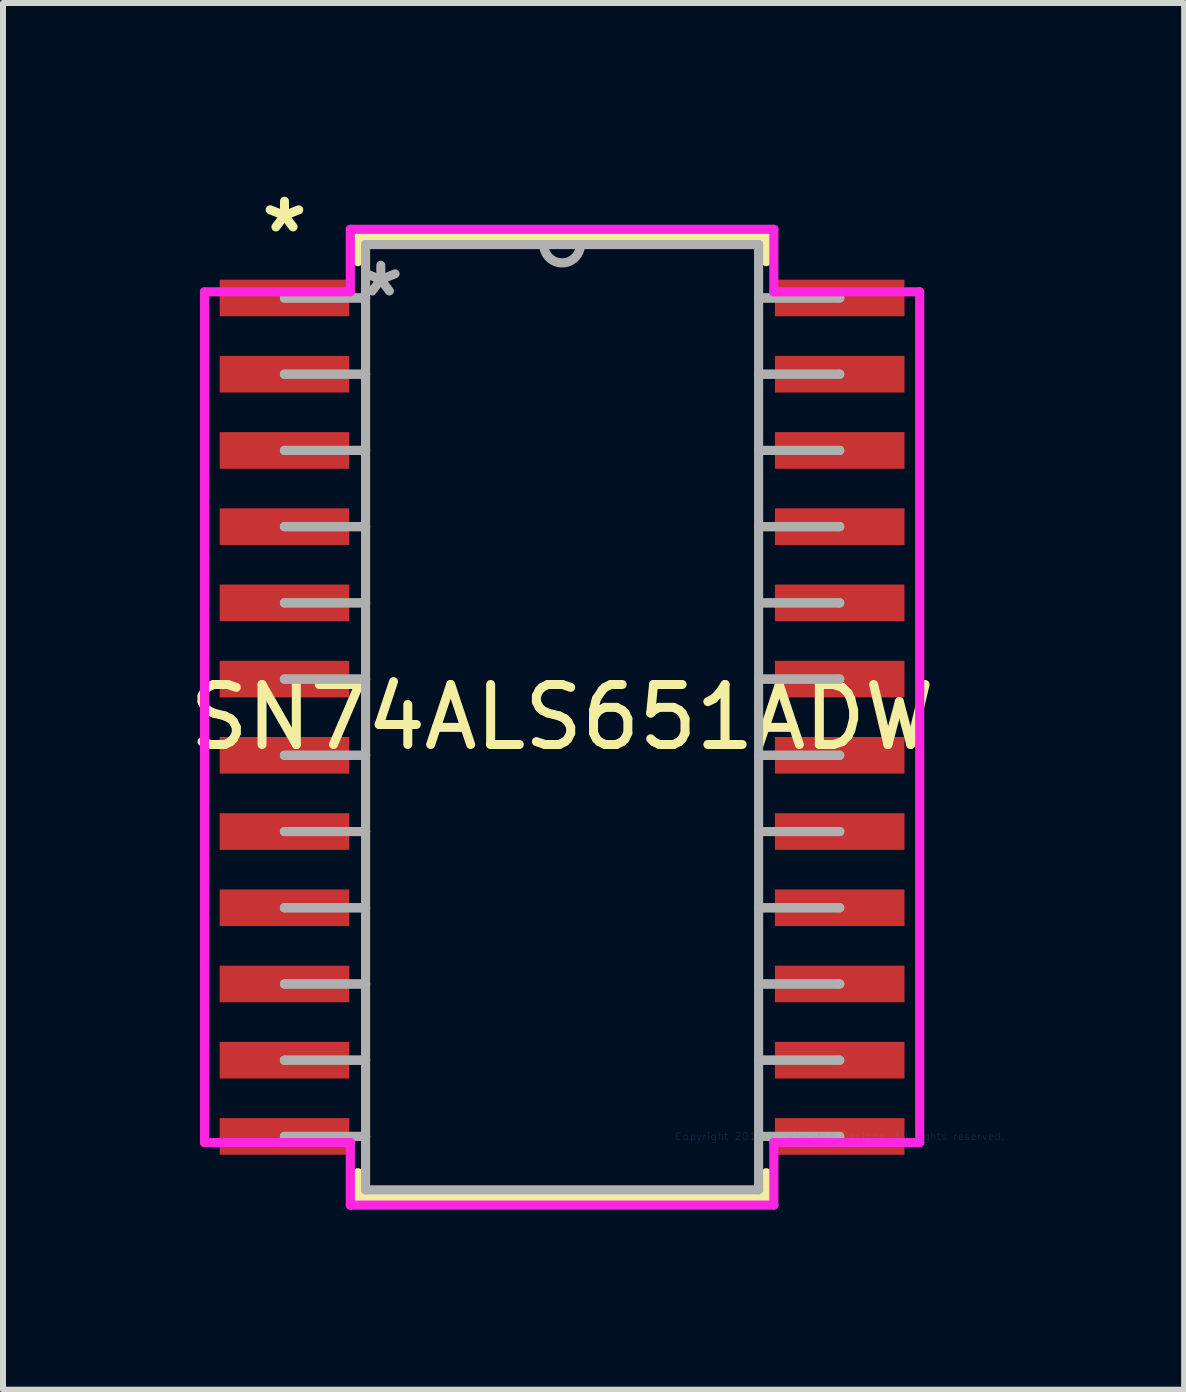
<source format=kicad_pcb>
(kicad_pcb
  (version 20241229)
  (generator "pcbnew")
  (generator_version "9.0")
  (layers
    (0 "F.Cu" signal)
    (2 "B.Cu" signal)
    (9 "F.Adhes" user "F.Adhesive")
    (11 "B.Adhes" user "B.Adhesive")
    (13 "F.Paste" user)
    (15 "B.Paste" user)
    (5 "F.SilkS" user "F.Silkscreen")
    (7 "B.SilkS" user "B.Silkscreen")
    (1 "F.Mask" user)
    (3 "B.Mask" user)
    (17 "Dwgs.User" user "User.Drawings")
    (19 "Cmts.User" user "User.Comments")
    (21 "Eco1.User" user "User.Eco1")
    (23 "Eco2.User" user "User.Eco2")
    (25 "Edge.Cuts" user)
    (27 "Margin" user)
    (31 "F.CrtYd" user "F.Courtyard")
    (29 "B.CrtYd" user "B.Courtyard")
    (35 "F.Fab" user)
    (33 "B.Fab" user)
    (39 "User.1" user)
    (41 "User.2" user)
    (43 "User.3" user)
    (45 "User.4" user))
  (footprint "SN74ALS651ADW"
    (layer "F.Cu")
    (at 10.941 15.885)
    (property "Reference" "SN74ALS651ADW" (at -4.625 -6.985 0) (layer "F.SilkS") (effects (font (size 1 1) (thickness 0.15))))
    (attr through_hole)
    (fp_line (start -8.027 -14.987) (end -8.027 -14.575) (stroke (width 0.152) (type solid)) (layer "F.SilkS"))
    (fp_line (start -8.027 0.605) (end -8.027 1.017) (stroke (width 0.152) (type solid)) (layer "F.SilkS"))
    (fp_line (start -8.027 1.017) (end -1.224 1.017) (stroke (width 0.152) (type solid)) (layer "F.SilkS"))
    (fp_line (start -1.224 -14.987) (end -8.027 -14.987) (stroke (width 0.152) (type solid)) (layer "F.SilkS"))
    (fp_line (start -1.224 -14.575) (end -1.224 -14.987) (stroke (width 0.152) (type solid)) (layer "F.SilkS"))
    (fp_line (start -1.224 1.017) (end -1.224 0.605) (stroke (width 0.152) (type solid)) (layer "F.SilkS"))
    (fp_line (start -10.584 -14.072) (end -10.584 0.102) (stroke (width 0.152) (type solid)) (layer "F.CrtYd"))
    (fp_line (start -10.584 0.102) (end -8.154 0.102) (stroke (width 0.152) (type solid)) (layer "F.CrtYd"))
    (fp_line (start -8.154 -15.114) (end -8.154 -14.072) (stroke (width 0.152) (type solid)) (layer "F.CrtYd"))
    (fp_line (start -8.154 -14.072) (end -10.584 -14.072) (stroke (width 0.152) (type solid)) (layer "F.CrtYd"))
    (fp_line (start -8.154 0.102) (end -8.154 1.144) (stroke (width 0.152) (type solid)) (layer "F.CrtYd"))
    (fp_line (start -8.154 1.144) (end -1.097 1.144) (stroke (width 0.152) (type solid)) (layer "F.CrtYd"))
    (fp_line (start -1.097 -15.114) (end -8.154 -15.114) (stroke (width 0.152) (type solid)) (layer "F.CrtYd"))
    (fp_line (start -1.097 -14.072) (end -1.097 -15.114) (stroke (width 0.152) (type solid)) (layer "F.CrtYd"))
    (fp_line (start -1.097 0.102) (end 1.333 0.102) (stroke (width 0.152) (type solid)) (layer "F.CrtYd"))
    (fp_line (start -1.097 1.144) (end -1.097 0.102) (stroke (width 0.152) (type solid)) (layer "F.CrtYd"))
    (fp_line (start 1.333 -14.072) (end -1.097 -14.072) (stroke (width 0.152) (type solid)) (layer "F.CrtYd"))
    (fp_line (start 1.333 0.102) (end 1.333 -14.072) (stroke (width 0.152) (type solid)) (layer "F.CrtYd"))
    (fp_line (start -9.251 -13.97) (end -9.251 -13.97) (stroke (width 0.152) (type solid)) (layer "F.Fab"))
    (fp_line (start -9.251 -13.97) (end -7.9 -13.97) (stroke (width 0.152) (type solid)) (layer "F.Fab"))
    (fp_line (start -9.251 -12.7) (end -9.251 -12.7) (stroke (width 0.152) (type solid)) (layer "F.Fab"))
    (fp_line (start -9.251 -12.7) (end -7.9 -12.7) (stroke (width 0.152) (type solid)) (layer "F.Fab"))
    (fp_line (start -9.251 -11.43) (end -9.251 -11.43) (stroke (width 0.152) (type solid)) (layer "F.Fab"))
    (fp_line (start -9.251 -11.43) (end -7.9 -11.43) (stroke (width 0.152) (type solid)) (layer "F.Fab"))
    (fp_line (start -9.251 -10.16) (end -9.251 -10.16) (stroke (width 0.152) (type solid)) (layer "F.Fab"))
    (fp_line (start -9.251 -10.16) (end -7.9 -10.16) (stroke (width 0.152) (type solid)) (layer "F.Fab"))
    (fp_line (start -9.251 -8.89) (end -9.251 -8.89) (stroke (width 0.152) (type solid)) (layer "F.Fab"))
    (fp_line (start -9.251 -8.89) (end -7.9 -8.89) (stroke (width 0.152) (type solid)) (layer "F.Fab"))
    (fp_line (start -9.251 -7.62) (end -9.251 -7.62) (stroke (width 0.152) (type solid)) (layer "F.Fab"))
    (fp_line (start -9.251 -7.62) (end -7.9 -7.62) (stroke (width 0.152) (type solid)) (layer "F.Fab"))
    (fp_line (start -9.251 -6.35) (end -9.251 -6.35) (stroke (width 0.152) (type solid)) (layer "F.Fab"))
    (fp_line (start -9.251 -6.35) (end -7.9 -6.35) (stroke (width 0.152) (type solid)) (layer "F.Fab"))
    (fp_line (start -9.251 -5.08) (end -9.251 -5.08) (stroke (width 0.152) (type solid)) (layer "F.Fab"))
    (fp_line (start -9.251 -5.08) (end -7.9 -5.08) (stroke (width 0.152) (type solid)) (layer "F.Fab"))
    (fp_line (start -9.251 -3.81) (end -9.251 -3.81) (stroke (width 0.152) (type solid)) (layer "F.Fab"))
    (fp_line (start -9.251 -3.81) (end -7.9 -3.81) (stroke (width 0.152) (type solid)) (layer "F.Fab"))
    (fp_line (start -9.251 -2.54) (end -9.251 -2.54) (stroke (width 0.152) (type solid)) (layer "F.Fab"))
    (fp_line (start -9.251 -2.54) (end -7.9 -2.54) (stroke (width 0.152) (type solid)) (layer "F.Fab"))
    (fp_line (start -9.251 -1.27) (end -9.251 -1.27) (stroke (width 0.152) (type solid)) (layer "F.Fab"))
    (fp_line (start -9.251 -1.27) (end -7.9 -1.27) (stroke (width 0.152) (type solid)) (layer "F.Fab"))
    (fp_line (start -9.251 0) (end -9.251 0) (stroke (width 0.152) (type solid)) (layer "F.Fab"))
    (fp_line (start -9.251 0) (end -7.9 0) (stroke (width 0.152) (type solid)) (layer "F.Fab"))
    (fp_line (start -7.9 -14.86) (end -7.9 0.89) (stroke (width 0.152) (type solid)) (layer "F.Fab"))
    (fp_line (start -7.9 -13.97) (end -9.251 -13.97) (stroke (width 0.152) (type solid)) (layer "F.Fab"))
    (fp_line (start -7.9 -13.97) (end -7.9 -13.97) (stroke (width 0.152) (type solid)) (layer "F.Fab"))
    (fp_line (start -7.9 -12.7) (end -9.251 -12.7) (stroke (width 0.152) (type solid)) (layer "F.Fab"))
    (fp_line (start -7.9 -12.7) (end -7.9 -12.7) (stroke (width 0.152) (type solid)) (layer "F.Fab"))
    (fp_line (start -7.9 -11.43) (end -9.251 -11.43) (stroke (width 0.152) (type solid)) (layer "F.Fab"))
    (fp_line (start -7.9 -11.43) (end -7.9 -11.43) (stroke (width 0.152) (type solid)) (layer "F.Fab"))
    (fp_line (start -7.9 -10.16) (end -9.251 -10.16) (stroke (width 0.152) (type solid)) (layer "F.Fab"))
    (fp_line (start -7.9 -10.16) (end -7.9 -10.16) (stroke (width 0.152) (type solid)) (layer "F.Fab"))
    (fp_line (start -7.9 -8.89) (end -9.251 -8.89) (stroke (width 0.152) (type solid)) (layer "F.Fab"))
    (fp_line (start -7.9 -8.89) (end -7.9 -8.89) (stroke (width 0.152) (type solid)) (layer "F.Fab"))
    (fp_line (start -7.9 -7.62) (end -9.251 -7.62) (stroke (width 0.152) (type solid)) (layer "F.Fab"))
    (fp_line (start -7.9 -7.62) (end -7.9 -7.62) (stroke (width 0.152) (type solid)) (layer "F.Fab"))
    (fp_line (start -7.9 -6.35) (end -9.251 -6.35) (stroke (width 0.152) (type solid)) (layer "F.Fab"))
    (fp_line (start -7.9 -6.35) (end -7.9 -6.35) (stroke (width 0.152) (type solid)) (layer "F.Fab"))
    (fp_line (start -7.9 -5.08) (end -9.251 -5.08) (stroke (width 0.152) (type solid)) (layer "F.Fab"))
    (fp_line (start -7.9 -5.08) (end -7.9 -5.08) (stroke (width 0.152) (type solid)) (layer "F.Fab"))
    (fp_line (start -7.9 -3.81) (end -9.251 -3.81) (stroke (width 0.152) (type solid)) (layer "F.Fab"))
    (fp_line (start -7.9 -3.81) (end -7.9 -3.81) (stroke (width 0.152) (type solid)) (layer "F.Fab"))
    (fp_line (start -7.9 -2.54) (end -9.251 -2.54) (stroke (width 0.152) (type solid)) (layer "F.Fab"))
    (fp_line (start -7.9 -2.54) (end -7.9 -2.54) (stroke (width 0.152) (type solid)) (layer "F.Fab"))
    (fp_line (start -7.9 -1.27) (end -9.251 -1.27) (stroke (width 0.152) (type solid)) (layer "F.Fab"))
    (fp_line (start -7.9 -1.27) (end -7.9 -1.27) (stroke (width 0.152) (type solid)) (layer "F.Fab"))
    (fp_line (start -7.9 0) (end -9.251 0) (stroke (width 0.152) (type solid)) (layer "F.Fab"))
    (fp_line (start -7.9 0) (end -7.9 0) (stroke (width 0.152) (type solid)) (layer "F.Fab"))
    (fp_line (start -7.9 0.89) (end -1.351 0.89) (stroke (width 0.152) (type solid)) (layer "F.Fab"))
    (fp_line (start -1.351 -14.86) (end -7.9 -14.86) (stroke (width 0.152) (type solid)) (layer "F.Fab"))
    (fp_line (start -1.351 -13.97) (end -1.351 -13.97) (stroke (width 0.152) (type solid)) (layer "F.Fab"))
    (fp_line (start -1.351 -13.97) (end 0.000001 -13.97) (stroke (width 0.152) (type solid)) (layer "F.Fab"))
    (fp_line (start -1.351 -12.7) (end -1.351 -12.7) (stroke (width 0.152) (type solid)) (layer "F.Fab"))
    (fp_line (start -1.351 -12.7) (end 0.000001 -12.7) (stroke (width 0.152) (type solid)) (layer "F.Fab"))
    (fp_line (start -1.351 -11.43) (end -1.351 -11.43) (stroke (width 0.152) (type solid)) (layer "F.Fab"))
    (fp_line (start -1.351 -11.43) (end 0.000001 -11.43) (stroke (width 0.152) (type solid)) (layer "F.Fab"))
    (fp_line (start -1.351 -10.16) (end -1.351 -10.16) (stroke (width 0.152) (type solid)) (layer "F.Fab"))
    (fp_line (start -1.351 -10.16) (end 0.000001 -10.16) (stroke (width 0.152) (type solid)) (layer "F.Fab"))
    (fp_line (start -1.351 -8.89) (end -1.351 -8.89) (stroke (width 0.152) (type solid)) (layer "F.Fab"))
    (fp_line (start -1.351 -8.89) (end 0.000001 -8.89) (stroke (width 0.152) (type solid)) (layer "F.Fab"))
    (fp_line (start -1.351 -7.62) (end -1.351 -7.62) (stroke (width 0.152) (type solid)) (layer "F.Fab"))
    (fp_line (start -1.351 -7.62) (end 0.000001 -7.62) (stroke (width 0.152) (type solid)) (layer "F.Fab"))
    (fp_line (start -1.351 -6.35) (end -1.351 -6.35) (stroke (width 0.152) (type solid)) (layer "F.Fab"))
    (fp_line (start -1.351 -6.35) (end 0.000001 -6.35) (stroke (width 0.152) (type solid)) (layer "F.Fab"))
    (fp_line (start -1.351 -5.08) (end -1.351 -5.08) (stroke (width 0.152) (type solid)) (layer "F.Fab"))
    (fp_line (start -1.351 -5.08) (end 0.000001 -5.08) (stroke (width 0.152) (type solid)) (layer "F.Fab"))
    (fp_line (start -1.351 -3.81) (end -1.351 -3.81) (stroke (width 0.152) (type solid)) (layer "F.Fab"))
    (fp_line (start -1.351 -3.81) (end 0.000001 -3.81) (stroke (width 0.152) (type solid)) (layer "F.Fab"))
    (fp_line (start -1.351 -2.54) (end -1.351 -2.54) (stroke (width 0.152) (type solid)) (layer "F.Fab"))
    (fp_line (start -1.351 -2.54) (end 0.000001 -2.54) (stroke (width 0.152) (type solid)) (layer "F.Fab"))
    (fp_line (start -1.351 -1.27) (end -1.351 -1.27) (stroke (width 0.152) (type solid)) (layer "F.Fab"))
    (fp_line (start -1.351 -1.27) (end 0.000001 -1.27) (stroke (width 0.152) (type solid)) (layer "F.Fab"))
    (fp_line (start -1.351 0) (end -1.351 0) (stroke (width 0.152) (type solid)) (layer "F.Fab"))
    (fp_line (start -1.351 0) (end 0.000001 0) (stroke (width 0.152) (type solid)) (layer "F.Fab"))
    (fp_line (start -1.351 0.89) (end -1.351 -14.86) (stroke (width 0.152) (type solid)) (layer "F.Fab"))
    (fp_line (start 0.000001 -13.97) (end -1.351 -13.97) (stroke (width 0.152) (type solid)) (layer "F.Fab"))
    (fp_line (start 0.000001 -13.97) (end 0.000001 -13.97) (stroke (width 0.152) (type solid)) (layer "F.Fab"))
    (fp_line (start 0.000001 -12.7) (end -1.351 -12.7) (stroke (width 0.152) (type solid)) (layer "F.Fab"))
    (fp_line (start 0.000001 -12.7) (end 0.000001 -12.7) (stroke (width 0.152) (type solid)) (layer "F.Fab"))
    (fp_line (start 0.000001 -11.43) (end -1.351 -11.43) (stroke (width 0.152) (type solid)) (layer "F.Fab"))
    (fp_line (start 0.000001 -11.43) (end 0.000001 -11.43) (stroke (width 0.152) (type solid)) (layer "F.Fab"))
    (fp_line (start 0.000001 -10.16) (end -1.351 -10.16) (stroke (width 0.152) (type solid)) (layer "F.Fab"))
    (fp_line (start 0.000001 -10.16) (end 0.000001 -10.16) (stroke (width 0.152) (type solid)) (layer "F.Fab"))
    (fp_line (start 0.000001 -8.89) (end -1.351 -8.89) (stroke (width 0.152) (type solid)) (layer "F.Fab"))
    (fp_line (start 0.000001 -8.89) (end 0.000001 -8.89) (stroke (width 0.152) (type solid)) (layer "F.Fab"))
    (fp_line (start 0.000001 -7.62) (end -1.351 -7.62) (stroke (width 0.152) (type solid)) (layer "F.Fab"))
    (fp_line (start 0.000001 -7.62) (end 0.000001 -7.62) (stroke (width 0.152) (type solid)) (layer "F.Fab"))
    (fp_line (start 0.000001 -6.35) (end -1.351 -6.35) (stroke (width 0.152) (type solid)) (layer "F.Fab"))
    (fp_line (start 0.000001 -6.35) (end 0.000001 -6.35) (stroke (width 0.152) (type solid)) (layer "F.Fab"))
    (fp_line (start 0.000001 -5.08) (end -1.351 -5.08) (stroke (width 0.152) (type solid)) (layer "F.Fab"))
    (fp_line (start 0.000001 -5.08) (end 0.000001 -5.08) (stroke (width 0.152) (type solid)) (layer "F.Fab"))
    (fp_line (start 0.000001 -3.81) (end -1.351 -3.81) (stroke (width 0.152) (type solid)) (layer "F.Fab"))
    (fp_line (start 0.000001 -3.81) (end 0.000001 -3.81) (stroke (width 0.152) (type solid)) (layer "F.Fab"))
    (fp_line (start 0.000001 -2.54) (end -1.351 -2.54) (stroke (width 0.152) (type solid)) (layer "F.Fab"))
    (fp_line (start 0.000001 -2.54) (end 0.000001 -2.54) (stroke (width 0.152) (type solid)) (layer "F.Fab"))
    (fp_line (start 0.000001 -1.27) (end -1.351 -1.27) (stroke (width 0.152) (type solid)) (layer "F.Fab"))
    (fp_line (start 0.000001 -1.27) (end 0.000001 -1.27) (stroke (width 0.152) (type solid)) (layer "F.Fab"))
    (fp_line (start 0.000001 0) (end -1.351 0) (stroke (width 0.152) (type solid)) (layer "F.Fab"))
    (fp_line (start 0.000001 0) (end 0.000001 0) (stroke (width 0.152) (type solid)) (layer "F.Fab"))
    (fp_arc (start -4.32054 -14.859536) (mid -4.62534 -14.554736) (end -4.93014 -14.859536) (stroke (width 0.1524) (type solid)) (layer "F.Fab"))
    (fp_text user "*" (at -9.251 -15.037 0) (layer "F.SilkS") (effects (font (size 1 1) (thickness 0.15))))
    (fp_text user "Copyright 2016 Accelerated Designs. All rights reserved." (at 0 0 0) (layer "Cmts.User") (effects (font (size 0.127 0.127) (thickness 0.002))))
    (fp_text user "*" (at -7.646 -13.97 0) (layer "F.Fab") (effects (font (size 1 1) (thickness 0.15))))
    (pad "1" smd rect (at -9.251 -13.97) (size 2.159 0.61) (layers "F.Cu" "F.Mask" "F.Paste"))
    (pad "2" smd rect (at -9.251 -12.7) (size 2.159 0.61) (layers "F.Cu" "F.Mask" "F.Paste"))
    (pad "3" smd rect (at -9.251 -11.43) (size 2.159 0.61) (layers "F.Cu" "F.Mask" "F.Paste"))
    (pad "4" smd rect (at -9.251 -10.16) (size 2.159 0.61) (layers "F.Cu" "F.Mask" "F.Paste"))
    (pad "5" smd rect (at -9.251 -8.89) (size 2.159 0.61) (layers "F.Cu" "F.Mask" "F.Paste"))
    (pad "6" smd rect (at -9.251 -7.62) (size 2.159 0.61) (layers "F.Cu" "F.Mask" "F.Paste"))
    (pad "7" smd rect (at -9.251 -6.35) (size 2.159 0.61) (layers "F.Cu" "F.Mask" "F.Paste"))
    (pad "8" smd rect (at -9.251 -5.08) (size 2.159 0.61) (layers "F.Cu" "F.Mask" "F.Paste"))
    (pad "9" smd rect (at -9.251 -3.81) (size 2.159 0.61) (layers "F.Cu" "F.Mask" "F.Paste"))
    (pad "10" smd rect (at -9.251 -2.54) (size 2.159 0.61) (layers "F.Cu" "F.Mask" "F.Paste"))
    (pad "11" smd rect (at -9.251 -1.27) (size 2.159 0.61) (layers "F.Cu" "F.Mask" "F.Paste"))
    (pad "12" smd rect (at -9.251 0) (size 2.159 0.61) (layers "F.Cu" "F.Mask" "F.Paste"))
    (pad "13" smd rect (at 0 0) (size 2.159 0.61) (layers "F.Cu" "F.Mask" "F.Paste"))
    (pad "14" smd rect (at 0 -1.27) (size 2.159 0.61) (layers "F.Cu" "F.Mask" "F.Paste"))
    (pad "15" smd rect (at 0 -2.54) (size 2.159 0.61) (layers "F.Cu" "F.Mask" "F.Paste"))
    (pad "16" smd rect (at 0 -3.81) (size 2.159 0.61) (layers "F.Cu" "F.Mask" "F.Paste"))
    (pad "17" smd rect (at 0 -5.08) (size 2.159 0.61) (layers "F.Cu" "F.Mask" "F.Paste"))
    (pad "18" smd rect (at 0 -6.35) (size 2.159 0.61) (layers "F.Cu" "F.Mask" "F.Paste"))
    (pad "19" smd rect (at 0 -7.62) (size 2.159 0.61) (layers "F.Cu" "F.Mask" "F.Paste"))
    (pad "20" smd rect (at 0 -8.89) (size 2.159 0.61) (layers "F.Cu" "F.Mask" "F.Paste"))
    (pad "21" smd rect (at 0 -10.16) (size 2.159 0.61) (layers "F.Cu" "F.Mask" "F.Paste"))
    (pad "22" smd rect (at 0 -11.43) (size 2.159 0.61) (layers "F.Cu" "F.Mask" "F.Paste"))
    (pad "23" smd rect (at 0 -12.7) (size 2.159 0.61) (layers "F.Cu" "F.Mask" "F.Paste"))
    (pad "24" smd rect (at 0 -13.97) (size 2.159 0.61) (layers "F.Cu" "F.Mask" "F.Paste")))
  (gr_rect
    (start -3 -3)
    (end 16.68 20.105)
    (stroke (width 0.1) (type default))
    (fill no)
    (layer "Edge.Cuts")))
</source>
